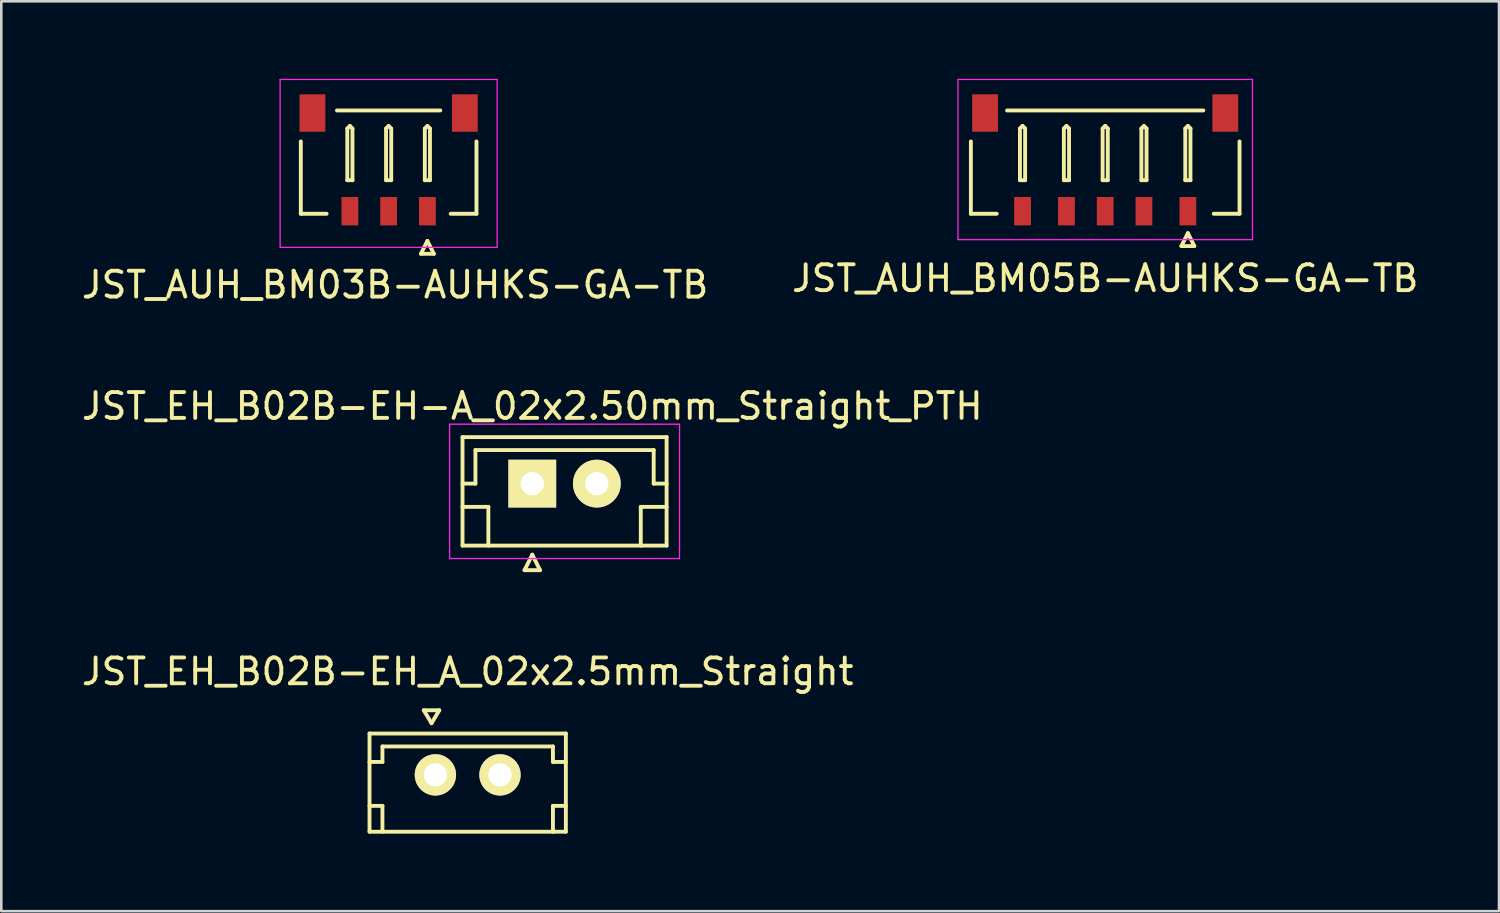
<source format=kicad_pcb>
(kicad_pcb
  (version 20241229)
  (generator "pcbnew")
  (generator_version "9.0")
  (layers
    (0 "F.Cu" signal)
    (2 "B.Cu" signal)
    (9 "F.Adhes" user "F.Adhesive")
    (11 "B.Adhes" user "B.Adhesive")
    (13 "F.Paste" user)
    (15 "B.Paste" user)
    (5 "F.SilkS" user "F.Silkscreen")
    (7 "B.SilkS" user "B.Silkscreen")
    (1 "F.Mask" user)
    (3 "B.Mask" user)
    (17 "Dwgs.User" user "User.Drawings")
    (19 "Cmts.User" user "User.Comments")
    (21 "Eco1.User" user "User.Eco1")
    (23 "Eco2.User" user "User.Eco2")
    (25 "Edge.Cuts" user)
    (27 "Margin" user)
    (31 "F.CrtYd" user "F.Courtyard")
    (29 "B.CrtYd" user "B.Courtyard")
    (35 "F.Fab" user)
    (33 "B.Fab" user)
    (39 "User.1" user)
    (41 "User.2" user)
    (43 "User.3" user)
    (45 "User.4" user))
  (footprint "JST_EH_B02B-EH-A_02x2.50mm_Straight_PTH"
    (layer "F.Cu")
    (at 17.554 15.671)
    (property "Reference" "JST_EH_B02B-EH-A_02x2.50mm_Straight_PTH" (at 0 -3 0) (layer "F.SilkS") (effects (font (size 1 1) (thickness 0.15))))
    (attr through_hole)
    (fp_line (start -2.7 -1.8) (end -2.7 2.4) (stroke (width 0.15) (type solid)) (layer "F.SilkS"))
    (fp_line (start -2.7 0) (end -2.2 0) (stroke (width 0.15) (type solid)) (layer "F.SilkS"))
    (fp_line (start -2.7 0.9) (end -1.7 0.9) (stroke (width 0.15) (type solid)) (layer "F.SilkS"))
    (fp_line (start -2.7 2.4) (end 5.2 2.4) (stroke (width 0.15) (type solid)) (layer "F.SilkS"))
    (fp_line (start -2.2 -1.3) (end 4.7 -1.3) (stroke (width 0.15) (type solid)) (layer "F.SilkS"))
    (fp_line (start -2.2 0) (end -2.2 -1.3) (stroke (width 0.15) (type solid)) (layer "F.SilkS"))
    (fp_line (start -1.7 0.9) (end -1.7 2.4) (stroke (width 0.15) (type solid)) (layer "F.SilkS"))
    (fp_line (start -0.3 3.35) (end 0.3 3.35) (stroke (width 0.15) (type solid)) (layer "F.SilkS"))
    (fp_line (start 0 2.75) (end -0.3 3.35) (stroke (width 0.15) (type solid)) (layer "F.SilkS"))
    (fp_line (start 0.3 3.35) (end 0 2.75) (stroke (width 0.15) (type solid)) (layer "F.SilkS"))
    (fp_line (start 4.2 0.9) (end 4.2 2.4) (stroke (width 0.15) (type solid)) (layer "F.SilkS"))
    (fp_line (start 4.7 -1.3) (end 4.7 0) (stroke (width 0.15) (type solid)) (layer "F.SilkS"))
    (fp_line (start 4.7 0) (end 5.2 0) (stroke (width 0.15) (type solid)) (layer "F.SilkS"))
    (fp_line (start 5.2 -1.8) (end -2.7 -1.8) (stroke (width 0.15) (type solid)) (layer "F.SilkS"))
    (fp_line (start 5.2 0.9) (end 4.2 0.9) (stroke (width 0.15) (type solid)) (layer "F.SilkS"))
    (fp_line (start 5.2 2.4) (end 5.2 -1.8) (stroke (width 0.15) (type solid)) (layer "F.SilkS"))
    (fp_line (start -3.2 -2.3) (end -3.2 2.9) (stroke (width 0.05) (type solid)) (layer "F.CrtYd"))
    (fp_line (start -3.2 2.9) (end 5.7 2.9) (stroke (width 0.05) (type solid)) (layer "F.CrtYd"))
    (fp_line (start 5.7 -2.3) (end -3.2 -2.3) (stroke (width 0.05) (type solid)) (layer "F.CrtYd"))
    (fp_line (start 5.7 2.9) (end 5.7 -2.3) (stroke (width 0.05) (type solid)) (layer "F.CrtYd"))
    (pad "1" thru_hole rect (at 0 0) (size 1.85 1.85) (drill 0.9) (layers "*.Cu" "*.Mask" "F.SilkS"))
    (pad "2" thru_hole circle (at 2.5 0) (size 1.85 1.85) (drill 0.9) (layers "*.Cu" "*.Mask" "F.SilkS")))
  (footprint "JST_EH_B02B-EH_A_02x2.5mm_Straight"
    (layer "F.Cu")
    (at 15.054 26.945)
    (property "Reference" "JST_EH_B02B-EH_A_02x2.5mm_Straight" (at 0 -4 0) (layer "F.SilkS") (effects (font (size 1 1) (thickness 0.15))))
    (attr through_hole)
    (fp_line (start -3.8 -1.6) (end -3.8 2.2) (stroke (width 0.15) (type solid)) (layer "F.SilkS"))
    (fp_line (start -3.8 -1.6) (end 3.8 -1.6) (stroke (width 0.15) (type solid)) (layer "F.SilkS"))
    (fp_line (start -3.3 -1.1) (end -3.3 -0.5) (stroke (width 0.15) (type solid)) (layer "F.SilkS"))
    (fp_line (start -3.3 -0.5) (end -3.8 -0.5) (stroke (width 0.15) (type solid)) (layer "F.SilkS"))
    (fp_line (start -3.3 1.2) (end -3.8 1.2) (stroke (width 0.15) (type solid)) (layer "F.SilkS"))
    (fp_line (start -3.3 1.2) (end -3.3 2.2) (stroke (width 0.15) (type solid)) (layer "F.SilkS"))
    (fp_line (start -1.7 -2.5) (end -1.4 -2) (stroke (width 0.15) (type solid)) (layer "F.SilkS"))
    (fp_line (start -1.4 -2) (end -1.1 -2.5) (stroke (width 0.15) (type solid)) (layer "F.SilkS"))
    (fp_line (start -1.1 -2.5) (end -1.7 -2.5) (stroke (width 0.15) (type solid)) (layer "F.SilkS"))
    (fp_line (start 3.3 -1.1) (end -3.3 -1.1) (stroke (width 0.15) (type solid)) (layer "F.SilkS"))
    (fp_line (start 3.3 -1.1) (end 3.3 -0.5) (stroke (width 0.15) (type solid)) (layer "F.SilkS"))
    (fp_line (start 3.3 1.2) (end 3.3 2.2) (stroke (width 0.15) (type solid)) (layer "F.SilkS"))
    (fp_line (start 3.3 1.2) (end 3.8 1.2) (stroke (width 0.15) (type solid)) (layer "F.SilkS"))
    (fp_line (start 3.3 2.2) (end 3.3 2.1) (stroke (width 0.15) (type solid)) (layer "F.SilkS"))
    (fp_line (start 3.8 -1.6) (end 3.8 2.2) (stroke (width 0.15) (type solid)) (layer "F.SilkS"))
    (fp_line (start 3.8 -0.5) (end 3.3 -0.5) (stroke (width 0.15) (type solid)) (layer "F.SilkS"))
    (fp_line (start 3.8 2.2) (end -3.8 2.2) (stroke (width 0.15) (type solid)) (layer "F.SilkS"))
    (pad "1" thru_hole circle (at -1.25 0) (size 1.6 1.6) (drill 0.9) (layers "*.Cu" "*.Mask" "F.SilkS"))
    (pad "2" thru_hole circle (at 1.25 0) (size 1.6 1.6) (drill 0.9) (layers "*.Cu" "*.Mask" "F.SilkS")))
  (footprint "JST_AUH_BM03B-AUHKS-GA-TB"
    (layer "F.Cu")
    (at 11.994 3.225)
    (property "Reference" "JST_AUH_BM03B-AUHKS-GA-TB" (at 0.25 4.75 0) (layer "F.SilkS") (effects (font (size 1 1) (thickness 0.15))))
    (attr smd)
    (fp_line (start -3.4 2) (end -3.4 -0.8) (stroke (width 0.15) (type solid)) (layer "F.SilkS"))
    (fp_line (start -2.4 2) (end -3.4 2) (stroke (width 0.15) (type solid)) (layer "F.SilkS"))
    (fp_line (start -1.6 -1.3) (end -1.5 -1.4) (stroke (width 0.15) (type solid)) (layer "F.SilkS"))
    (fp_line (start -1.6 0.7) (end -1.6 -1.3) (stroke (width 0.15) (type solid)) (layer "F.SilkS"))
    (fp_line (start -1.5 -1.4) (end -1.4 -1.3) (stroke (width 0.15) (type solid)) (layer "F.SilkS"))
    (fp_line (start -1.4 -1.3) (end -1.4 0.7) (stroke (width 0.15) (type solid)) (layer "F.SilkS"))
    (fp_line (start -1.4 0.7) (end -1.6 0.7) (stroke (width 0.15) (type solid)) (layer "F.SilkS"))
    (fp_line (start -0.1 -1.3) (end 0 -1.4) (stroke (width 0.15) (type solid)) (layer "F.SilkS"))
    (fp_line (start -0.1 0.7) (end -0.1 -1.3) (stroke (width 0.15) (type solid)) (layer "F.SilkS"))
    (fp_line (start 0 -1.4) (end 0.1 -1.3) (stroke (width 0.15) (type solid)) (layer "F.SilkS"))
    (fp_line (start 0.1 -1.3) (end 0.1 0.7) (stroke (width 0.15) (type solid)) (layer "F.SilkS"))
    (fp_line (start 0.1 0.7) (end -0.1 0.7) (stroke (width 0.15) (type solid)) (layer "F.SilkS"))
    (fp_line (start 1.25 3.55) (end 1.75 3.55) (stroke (width 0.15) (type solid)) (layer "F.SilkS"))
    (fp_line (start 1.4 -1.3) (end 1.5 -1.4) (stroke (width 0.15) (type solid)) (layer "F.SilkS"))
    (fp_line (start 1.4 0.7) (end 1.4 -1.3) (stroke (width 0.15) (type solid)) (layer "F.SilkS"))
    (fp_line (start 1.5 -1.4) (end 1.6 -1.3) (stroke (width 0.15) (type solid)) (layer "F.SilkS"))
    (fp_line (start 1.5 3.05) (end 1.25 3.55) (stroke (width 0.15) (type solid)) (layer "F.SilkS"))
    (fp_line (start 1.6 -1.3) (end 1.6 0.7) (stroke (width 0.15) (type solid)) (layer "F.SilkS"))
    (fp_line (start 1.6 0.7) (end 1.4 0.7) (stroke (width 0.15) (type solid)) (layer "F.SilkS"))
    (fp_line (start 1.75 3.55) (end 1.5 3.05) (stroke (width 0.15) (type solid)) (layer "F.SilkS"))
    (fp_line (start 2 -2) (end -2 -2) (stroke (width 0.15) (type solid)) (layer "F.SilkS"))
    (fp_line (start 2.4 2) (end 3.4 2) (stroke (width 0.15) (type solid)) (layer "F.SilkS"))
    (fp_line (start 3.4 2) (end 3.4 -0.8) (stroke (width 0.15) (type solid)) (layer "F.SilkS"))
    (fp_line (start -4.2 -3.2) (end -4.2 3.3) (stroke (width 0.05) (type solid)) (layer "F.CrtYd"))
    (fp_line (start -4.2 3.3) (end 4.2 3.3) (stroke (width 0.05) (type solid)) (layer "F.CrtYd"))
    (fp_line (start 4.2 -3.2) (end -4.2 -3.2) (stroke (width 0.05) (type solid)) (layer "F.CrtYd"))
    (fp_line (start 4.2 3.3) (end 4.2 -3.2) (stroke (width 0.05) (type solid)) (layer "F.CrtYd"))
    (pad "" smd rect (at -2.95 -1.9) (size 1 1.45) (layers "F.Cu" "F.Mask" "F.Paste"))
    (pad "" smd rect (at 2.95 -1.9) (size 1 1.45) (layers "F.Cu" "F.Mask" "F.Paste"))
    (pad "1" smd rect (at 1.5 1.9) (size 0.65 1.1) (layers "F.Cu" "F.Mask" "F.Paste"))
    (pad "2" smd rect (at 0 1.9) (size 0.65 1.1) (layers "F.Cu" "F.Mask" "F.Paste"))
    (pad "3" smd rect (at -1.5 1.9) (size 0.65 1.1) (layers "F.Cu" "F.Mask" "F.Paste")))
  (footprint "JST_AUH_BM05B-AUHKS-GA-TB"
    (layer "F.Cu")
    (at 39.732 3.225)
    (property "Reference" "JST_AUH_BM05B-AUHKS-GA-TB" (at 0 4.5 0) (layer "F.SilkS") (effects (font (size 1 1) (thickness 0.15))))
    (attr smd)
    (fp_line (start -5.2 2) (end -5.2 -0.8) (stroke (width 0.15) (type solid)) (layer "F.SilkS"))
    (fp_line (start -4.2 2) (end -5.2 2) (stroke (width 0.15) (type solid)) (layer "F.SilkS"))
    (fp_line (start -3.3 -1.3) (end -3.2 -1.4) (stroke (width 0.15) (type solid)) (layer "F.SilkS"))
    (fp_line (start -3.3 0.7) (end -3.3 -1.3) (stroke (width 0.15) (type solid)) (layer "F.SilkS"))
    (fp_line (start -3.2 -1.4) (end -3.1 -1.3) (stroke (width 0.15) (type solid)) (layer "F.SilkS"))
    (fp_line (start -3.1 -1.3) (end -3.1 0.7) (stroke (width 0.15) (type solid)) (layer "F.SilkS"))
    (fp_line (start -3.1 0.7) (end -3.3 0.7) (stroke (width 0.15) (type solid)) (layer "F.SilkS"))
    (fp_line (start -1.6 -1.3) (end -1.5 -1.4) (stroke (width 0.15) (type solid)) (layer "F.SilkS"))
    (fp_line (start -1.6 0.7) (end -1.6 -1.3) (stroke (width 0.15) (type solid)) (layer "F.SilkS"))
    (fp_line (start -1.5 -1.4) (end -1.4 -1.3) (stroke (width 0.15) (type solid)) (layer "F.SilkS"))
    (fp_line (start -1.4 -1.3) (end -1.4 0.7) (stroke (width 0.15) (type solid)) (layer "F.SilkS"))
    (fp_line (start -1.4 0.7) (end -1.6 0.7) (stroke (width 0.15) (type solid)) (layer "F.SilkS"))
    (fp_line (start -0.1 -1.3) (end 0 -1.4) (stroke (width 0.15) (type solid)) (layer "F.SilkS"))
    (fp_line (start -0.1 0.7) (end -0.1 -1.3) (stroke (width 0.15) (type solid)) (layer "F.SilkS"))
    (fp_line (start 0 -1.4) (end 0.1 -1.3) (stroke (width 0.15) (type solid)) (layer "F.SilkS"))
    (fp_line (start 0.1 -1.3) (end 0.1 0.7) (stroke (width 0.15) (type solid)) (layer "F.SilkS"))
    (fp_line (start 0.1 0.7) (end -0.1 0.7) (stroke (width 0.15) (type solid)) (layer "F.SilkS"))
    (fp_line (start 1.4 -1.3) (end 1.5 -1.4) (stroke (width 0.15) (type solid)) (layer "F.SilkS"))
    (fp_line (start 1.4 0.7) (end 1.4 -1.3) (stroke (width 0.15) (type solid)) (layer "F.SilkS"))
    (fp_line (start 1.5 -1.4) (end 1.6 -1.3) (stroke (width 0.15) (type solid)) (layer "F.SilkS"))
    (fp_line (start 1.6 -1.3) (end 1.6 0.7) (stroke (width 0.15) (type solid)) (layer "F.SilkS"))
    (fp_line (start 1.6 0.7) (end 1.4 0.7) (stroke (width 0.15) (type solid)) (layer "F.SilkS"))
    (fp_line (start 2.95 3.25) (end 3.45 3.25) (stroke (width 0.15) (type solid)) (layer "F.SilkS"))
    (fp_line (start 3.1 -1.3) (end 3.2 -1.4) (stroke (width 0.15) (type solid)) (layer "F.SilkS"))
    (fp_line (start 3.1 0.7) (end 3.1 -1.3) (stroke (width 0.15) (type solid)) (layer "F.SilkS"))
    (fp_line (start 3.2 -1.4) (end 3.3 -1.3) (stroke (width 0.15) (type solid)) (layer "F.SilkS"))
    (fp_line (start 3.2 2.75) (end 2.95 3.25) (stroke (width 0.15) (type solid)) (layer "F.SilkS"))
    (fp_line (start 3.3 -1.3) (end 3.3 0.7) (stroke (width 0.15) (type solid)) (layer "F.SilkS"))
    (fp_line (start 3.3 0.7) (end 3.1 0.7) (stroke (width 0.15) (type solid)) (layer "F.SilkS"))
    (fp_line (start 3.45 3.25) (end 3.2 2.75) (stroke (width 0.15) (type solid)) (layer "F.SilkS"))
    (fp_line (start 3.8 -2) (end -3.8 -2) (stroke (width 0.15) (type solid)) (layer "F.SilkS"))
    (fp_line (start 4.2 2) (end 5.2 2) (stroke (width 0.15) (type solid)) (layer "F.SilkS"))
    (fp_line (start 5.2 2) (end 5.2 -0.8) (stroke (width 0.15) (type solid)) (layer "F.SilkS"))
    (fp_line (start -5.7 -3.2) (end -5.7 3) (stroke (width 0.05) (type solid)) (layer "F.CrtYd"))
    (fp_line (start -5.7 3) (end 5.7 3) (stroke (width 0.05) (type solid)) (layer "F.CrtYd"))
    (fp_line (start 5.7 -3.2) (end -5.7 -3.2) (stroke (width 0.05) (type solid)) (layer "F.CrtYd"))
    (fp_line (start 5.7 3) (end 5.7 -3.2) (stroke (width 0.05) (type solid)) (layer "F.CrtYd"))
    (pad "" smd rect (at -4.65 -1.9) (size 1 1.45) (layers "F.Cu" "F.Mask" "F.Paste"))
    (pad "" smd rect (at 4.65 -1.9) (size 1 1.45) (layers "F.Cu" "F.Mask" "F.Paste"))
    (pad "1" smd rect (at 3.2 1.9) (size 0.65 1.1) (layers "F.Cu" "F.Mask" "F.Paste"))
    (pad "2" smd rect (at 1.5 1.9) (size 0.65 1.1) (layers "F.Cu" "F.Mask" "F.Paste"))
    (pad "3" smd rect (at 0 1.9) (size 0.65 1.1) (layers "F.Cu" "F.Mask" "F.Paste"))
    (pad "4" smd rect (at -1.5 1.9) (size 0.65 1.1) (layers "F.Cu" "F.Mask" "F.Paste"))
    (pad "5" smd rect (at -3.2 1.9) (size 0.65 1.1) (layers "F.Cu" "F.Mask" "F.Paste")))
  (gr_rect
    (start -3 -3)
    (end 54.976 32.22)
    (stroke (width 0.1) (type default))
    (fill no)
    (layer "Edge.Cuts")))
</source>
